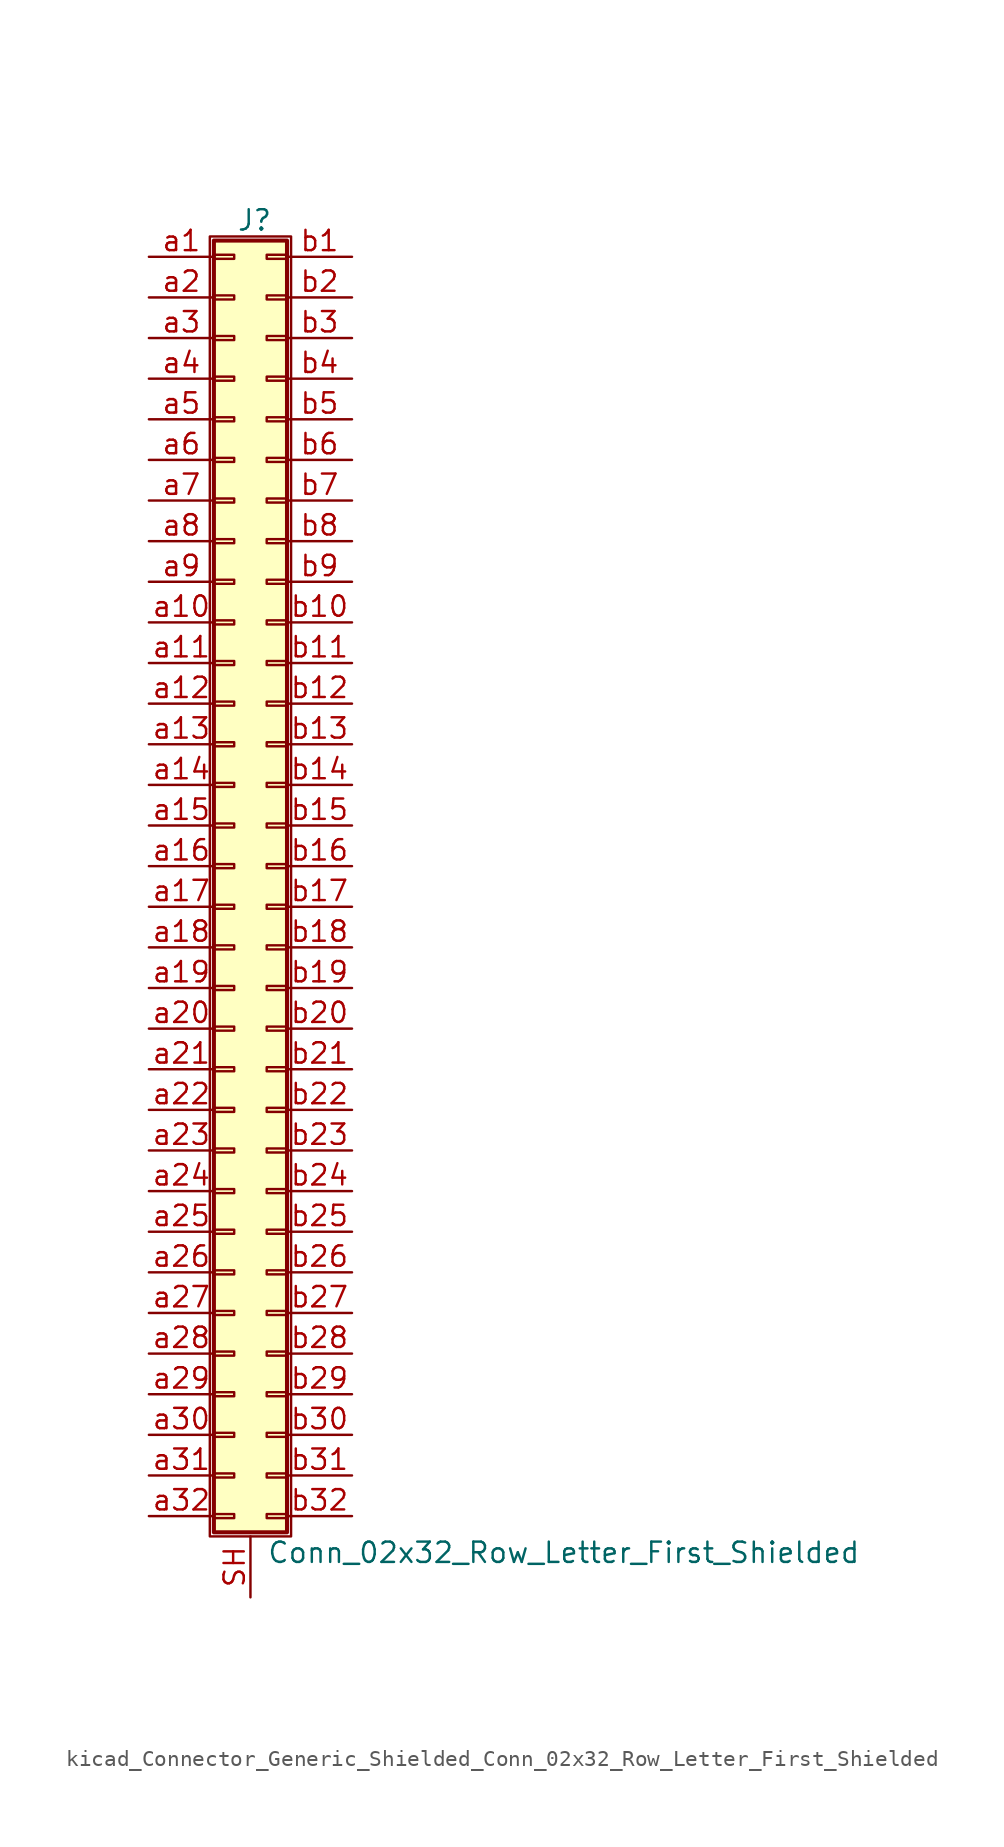
<source format=kicad_sym>
(kicad_symbol_lib
  (version 20220914)
  (generator kicad_symbol_editor)
  (symbol "kicad_Connector_Generic_Shielded_Conn_02x32_Row_Letter_First_Shielded"
    (pin_names
      (offset 1.016) hide)
    (property "Reference" "J"
      (at 1.524 40.386 0)
      (effects (font (size 1.27 1.27))))
    (property "Value" "Conn_02x32_Row_Letter_First_Shielded"
      (at 2.286 -42.926 0)
      (effects (font (size 1.27 1.27)) (justify left)))
    (symbol "kicad_Connector_Generic_Shielded_Conn_02x32_Row_Letter_First_Shielded_1_1"
      (rectangle (start -1.27 39.37) (end 3.81 -41.91) (stroke (width 0.152) (type default)) (fill (type none)))
      (rectangle (start -1.016 -40.513) (end 0.254 -40.767) (stroke (width 0.152) (type default)) (fill (type none)))
      (rectangle (start -1.016 -37.973) (end 0.254 -38.227) (stroke (width 0.152) (type default)) (fill (type none)))
      (rectangle (start -1.016 -35.433) (end 0.254 -35.687) (stroke (width 0.152) (type default)) (fill (type none)))
      (rectangle (start -1.016 -32.893) (end 0.254 -33.147) (stroke (width 0.152) (type default)) (fill (type none)))
      (rectangle (start -1.016 -30.353) (end 0.254 -30.607) (stroke (width 0.152) (type default)) (fill (type none)))
      (rectangle (start -1.016 -27.813) (end 0.254 -28.067) (stroke (width 0.152) (type default)) (fill (type none)))
      (rectangle (start -1.016 -25.273) (end 0.254 -25.527) (stroke (width 0.152) (type default)) (fill (type none)))
      (rectangle (start -1.016 -22.733) (end 0.254 -22.987) (stroke (width 0.152) (type default)) (fill (type none)))
      (rectangle (start -1.016 -20.193) (end 0.254 -20.447) (stroke (width 0.152) (type default)) (fill (type none)))
      (rectangle (start -1.016 -17.653) (end 0.254 -17.907) (stroke (width 0.152) (type default)) (fill (type none)))
      (rectangle (start -1.016 -15.113) (end 0.254 -15.367) (stroke (width 0.152) (type default)) (fill (type none)))
      (rectangle (start -1.016 -12.573) (end 0.254 -12.827) (stroke (width 0.152) (type default)) (fill (type none)))
      (rectangle (start -1.016 -10.033) (end 0.254 -10.287) (stroke (width 0.152) (type default)) (fill (type none)))
      (rectangle (start -1.016 -7.493) (end 0.254 -7.747) (stroke (width 0.152) (type default)) (fill (type none)))
      (rectangle (start -1.016 -4.953) (end 0.254 -5.207) (stroke (width 0.152) (type default)) (fill (type none)))
      (rectangle (start -1.016 -2.413) (end 0.254 -2.667) (stroke (width 0.152) (type default)) (fill (type none)))
      (rectangle (start -1.016 0.127) (end 0.254 -0.127) (stroke (width 0.152) (type default)) (fill (type none)))
      (rectangle (start -1.016 2.667) (end 0.254 2.413) (stroke (width 0.152) (type default)) (fill (type none)))
      (rectangle (start -1.016 5.207) (end 0.254 4.953) (stroke (width 0.152) (type default)) (fill (type none)))
      (rectangle (start -1.016 7.747) (end 0.254 7.493) (stroke (width 0.152) (type default)) (fill (type none)))
      (rectangle (start -1.016 10.287) (end 0.254 10.033) (stroke (width 0.152) (type default)) (fill (type none)))
      (rectangle (start -1.016 12.827) (end 0.254 12.573) (stroke (width 0.152) (type default)) (fill (type none)))
      (rectangle (start -1.016 15.367) (end 0.254 15.113) (stroke (width 0.152) (type default)) (fill (type none)))
      (rectangle (start -1.016 17.907) (end 0.254 17.653) (stroke (width 0.152) (type default)) (fill (type none)))
      (rectangle (start -1.016 20.447) (end 0.254 20.193) (stroke (width 0.152) (type default)) (fill (type none)))
      (rectangle (start -1.016 22.987) (end 0.254 22.733) (stroke (width 0.152) (type default)) (fill (type none)))
      (rectangle (start -1.016 25.527) (end 0.254 25.273) (stroke (width 0.152) (type default)) (fill (type none)))
      (rectangle (start -1.016 28.067) (end 0.254 27.813) (stroke (width 0.152) (type default)) (fill (type none)))
      (rectangle (start -1.016 30.607) (end 0.254 30.353) (stroke (width 0.152) (type default)) (fill (type none)))
      (rectangle (start -1.016 33.147) (end 0.254 32.893) (stroke (width 0.152) (type default)) (fill (type none)))
      (rectangle (start -1.016 35.687) (end 0.254 35.433) (stroke (width 0.152) (type default)) (fill (type none)))
      (rectangle (start -1.016 38.227) (end 0.254 37.973) (stroke (width 0.152) (type default)) (fill (type none)))
      (rectangle (start -1.016 39.116) (end 3.556 -41.656) (stroke (width 0.254) (type default)) (fill (type background)))
      (rectangle (start 3.556 -40.513) (end 2.286 -40.767) (stroke (width 0.152) (type default)) (fill (type none)))
      (rectangle (start 3.556 -37.973) (end 2.286 -38.227) (stroke (width 0.152) (type default)) (fill (type none)))
      (rectangle (start 3.556 -35.433) (end 2.286 -35.687) (stroke (width 0.152) (type default)) (fill (type none)))
      (rectangle (start 3.556 -32.893) (end 2.286 -33.147) (stroke (width 0.152) (type default)) (fill (type none)))
      (rectangle (start 3.556 -30.353) (end 2.286 -30.607) (stroke (width 0.152) (type default)) (fill (type none)))
      (rectangle (start 3.556 -27.813) (end 2.286 -28.067) (stroke (width 0.152) (type default)) (fill (type none)))
      (rectangle (start 3.556 -25.273) (end 2.286 -25.527) (stroke (width 0.152) (type default)) (fill (type none)))
      (rectangle (start 3.556 -22.733) (end 2.286 -22.987) (stroke (width 0.152) (type default)) (fill (type none)))
      (rectangle (start 3.556 -20.193) (end 2.286 -20.447) (stroke (width 0.152) (type default)) (fill (type none)))
      (rectangle (start 3.556 -17.653) (end 2.286 -17.907) (stroke (width 0.152) (type default)) (fill (type none)))
      (rectangle (start 3.556 -15.113) (end 2.286 -15.367) (stroke (width 0.152) (type default)) (fill (type none)))
      (rectangle (start 3.556 -12.573) (end 2.286 -12.827) (stroke (width 0.152) (type default)) (fill (type none)))
      (rectangle (start 3.556 -10.033) (end 2.286 -10.287) (stroke (width 0.152) (type default)) (fill (type none)))
      (rectangle (start 3.556 -7.493) (end 2.286 -7.747) (stroke (width 0.152) (type default)) (fill (type none)))
      (rectangle (start 3.556 -4.953) (end 2.286 -5.207) (stroke (width 0.152) (type default)) (fill (type none)))
      (rectangle (start 3.556 -2.413) (end 2.286 -2.667) (stroke (width 0.152) (type default)) (fill (type none)))
      (rectangle (start 3.556 0.127) (end 2.286 -0.127) (stroke (width 0.152) (type default)) (fill (type none)))
      (rectangle (start 3.556 2.667) (end 2.286 2.413) (stroke (width 0.152) (type default)) (fill (type none)))
      (rectangle (start 3.556 5.207) (end 2.286 4.953) (stroke (width 0.152) (type default)) (fill (type none)))
      (rectangle (start 3.556 7.747) (end 2.286 7.493) (stroke (width 0.152) (type default)) (fill (type none)))
      (rectangle (start 3.556 10.287) (end 2.286 10.033) (stroke (width 0.152) (type default)) (fill (type none)))
      (rectangle (start 3.556 12.827) (end 2.286 12.573) (stroke (width 0.152) (type default)) (fill (type none)))
      (rectangle (start 3.556 15.367) (end 2.286 15.113) (stroke (width 0.152) (type default)) (fill (type none)))
      (rectangle (start 3.556 17.907) (end 2.286 17.653) (stroke (width 0.152) (type default)) (fill (type none)))
      (rectangle (start 3.556 20.447) (end 2.286 20.193) (stroke (width 0.152) (type default)) (fill (type none)))
      (rectangle (start 3.556 22.987) (end 2.286 22.733) (stroke (width 0.152) (type default)) (fill (type none)))
      (rectangle (start 3.556 25.527) (end 2.286 25.273) (stroke (width 0.152) (type default)) (fill (type none)))
      (rectangle (start 3.556 28.067) (end 2.286 27.813) (stroke (width 0.152) (type default)) (fill (type none)))
      (rectangle (start 3.556 30.607) (end 2.286 30.353) (stroke (width 0.152) (type default)) (fill (type none)))
      (rectangle (start 3.556 33.147) (end 2.286 32.893) (stroke (width 0.152) (type default)) (fill (type none)))
      (rectangle (start 3.556 35.687) (end 2.286 35.433) (stroke (width 0.152) (type default)) (fill (type none)))
      (rectangle (start 3.556 38.227) (end 2.286 37.973) (stroke (width 0.152) (type default)) (fill (type none)))
      (pin passive line (at 1.27 -45.72 90) (length 3.81) (name "Shield" (effects (font (size 1.27 1.27)))) (number "SH" (effects (font (size 1.27 1.27)))))
      (pin passive line (at -5.08 38.1 0) (length 4.064) (name "Pin_a1" (effects (font (size 1.27 1.27)))) (number "a1" (effects (font (size 1.27 1.27)))))
      (pin passive line (at -5.08 15.24 0) (length 4.064) (name "Pin_a10" (effects (font (size 1.27 1.27)))) (number "a10" (effects (font (size 1.27 1.27)))))
      (pin passive line (at -5.08 12.7 0) (length 4.064) (name "Pin_a11" (effects (font (size 1.27 1.27)))) (number "a11" (effects (font (size 1.27 1.27)))))
      (pin passive line (at -5.08 10.16 0) (length 4.064) (name "Pin_a12" (effects (font (size 1.27 1.27)))) (number "a12" (effects (font (size 1.27 1.27)))))
      (pin passive line (at -5.08 7.62 0) (length 4.064) (name "Pin_a13" (effects (font (size 1.27 1.27)))) (number "a13" (effects (font (size 1.27 1.27)))))
      (pin passive line (at -5.08 5.08 0) (length 4.064) (name "Pin_a14" (effects (font (size 1.27 1.27)))) (number "a14" (effects (font (size 1.27 1.27)))))
      (pin passive line (at -5.08 2.54 0) (length 4.064) (name "Pin_a15" (effects (font (size 1.27 1.27)))) (number "a15" (effects (font (size 1.27 1.27)))))
      (pin passive line (at -5.08 0 0) (length 4.064) (name "Pin_a16" (effects (font (size 1.27 1.27)))) (number "a16" (effects (font (size 1.27 1.27)))))
      (pin passive line (at -5.08 -2.54 0) (length 4.064) (name "Pin_a17" (effects (font (size 1.27 1.27)))) (number "a17" (effects (font (size 1.27 1.27)))))
      (pin passive line (at -5.08 -5.08 0) (length 4.064) (name "Pin_a18" (effects (font (size 1.27 1.27)))) (number "a18" (effects (font (size 1.27 1.27)))))
      (pin passive line (at -5.08 -7.62 0) (length 4.064) (name "Pin_a19" (effects (font (size 1.27 1.27)))) (number "a19" (effects (font (size 1.27 1.27)))))
      (pin passive line (at -5.08 35.56 0) (length 4.064) (name "Pin_a2" (effects (font (size 1.27 1.27)))) (number "a2" (effects (font (size 1.27 1.27)))))
      (pin passive line (at -5.08 -10.16 0) (length 4.064) (name "Pin_a20" (effects (font (size 1.27 1.27)))) (number "a20" (effects (font (size 1.27 1.27)))))
      (pin passive line (at -5.08 -12.7 0) (length 4.064) (name "Pin_a21" (effects (font (size 1.27 1.27)))) (number "a21" (effects (font (size 1.27 1.27)))))
      (pin passive line (at -5.08 -15.24 0) (length 4.064) (name "Pin_a22" (effects (font (size 1.27 1.27)))) (number "a22" (effects (font (size 1.27 1.27)))))
      (pin passive line (at -5.08 -17.78 0) (length 4.064) (name "Pin_a23" (effects (font (size 1.27 1.27)))) (number "a23" (effects (font (size 1.27 1.27)))))
      (pin passive line (at -5.08 -20.32 0) (length 4.064) (name "Pin_a24" (effects (font (size 1.27 1.27)))) (number "a24" (effects (font (size 1.27 1.27)))))
      (pin passive line (at -5.08 -22.86 0) (length 4.064) (name "Pin_a25" (effects (font (size 1.27 1.27)))) (number "a25" (effects (font (size 1.27 1.27)))))
      (pin passive line (at -5.08 -25.4 0) (length 4.064) (name "Pin_a26" (effects (font (size 1.27 1.27)))) (number "a26" (effects (font (size 1.27 1.27)))))
      (pin passive line (at -5.08 -27.94 0) (length 4.064) (name "Pin_a27" (effects (font (size 1.27 1.27)))) (number "a27" (effects (font (size 1.27 1.27)))))
      (pin passive line (at -5.08 -30.48 0) (length 4.064) (name "Pin_a28" (effects (font (size 1.27 1.27)))) (number "a28" (effects (font (size 1.27 1.27)))))
      (pin passive line (at -5.08 -33.02 0) (length 4.064) (name "Pin_a29" (effects (font (size 1.27 1.27)))) (number "a29" (effects (font (size 1.27 1.27)))))
      (pin passive line (at -5.08 33.02 0) (length 4.064) (name "Pin_a3" (effects (font (size 1.27 1.27)))) (number "a3" (effects (font (size 1.27 1.27)))))
      (pin passive line (at -5.08 -35.56 0) (length 4.064) (name "Pin_a30" (effects (font (size 1.27 1.27)))) (number "a30" (effects (font (size 1.27 1.27)))))
      (pin passive line (at -5.08 -38.1 0) (length 4.064) (name "Pin_a31" (effects (font (size 1.27 1.27)))) (number "a31" (effects (font (size 1.27 1.27)))))
      (pin passive line (at -5.08 -40.64 0) (length 4.064) (name "Pin_a32" (effects (font (size 1.27 1.27)))) (number "a32" (effects (font (size 1.27 1.27)))))
      (pin passive line (at -5.08 30.48 0) (length 4.064) (name "Pin_a4" (effects (font (size 1.27 1.27)))) (number "a4" (effects (font (size 1.27 1.27)))))
      (pin passive line (at -5.08 27.94 0) (length 4.064) (name "Pin_a5" (effects (font (size 1.27 1.27)))) (number "a5" (effects (font (size 1.27 1.27)))))
      (pin passive line (at -5.08 25.4 0) (length 4.064) (name "Pin_a6" (effects (font (size 1.27 1.27)))) (number "a6" (effects (font (size 1.27 1.27)))))
      (pin passive line (at -5.08 22.86 0) (length 4.064) (name "Pin_a7" (effects (font (size 1.27 1.27)))) (number "a7" (effects (font (size 1.27 1.27)))))
      (pin passive line (at -5.08 20.32 0) (length 4.064) (name "Pin_a8" (effects (font (size 1.27 1.27)))) (number "a8" (effects (font (size 1.27 1.27)))))
      (pin passive line (at -5.08 17.78 0) (length 4.064) (name "Pin_a9" (effects (font (size 1.27 1.27)))) (number "a9" (effects (font (size 1.27 1.27)))))
      (pin passive line (at 7.62 38.1 180) (length 4.064) (name "Pin_b1" (effects (font (size 1.27 1.27)))) (number "b1" (effects (font (size 1.27 1.27)))))
      (pin passive line (at 7.62 15.24 180) (length 4.064) (name "Pin_b10" (effects (font (size 1.27 1.27)))) (number "b10" (effects (font (size 1.27 1.27)))))
      (pin passive line (at 7.62 12.7 180) (length 4.064) (name "Pin_b11" (effects (font (size 1.27 1.27)))) (number "b11" (effects (font (size 1.27 1.27)))))
      (pin passive line (at 7.62 10.16 180) (length 4.064) (name "Pin_b12" (effects (font (size 1.27 1.27)))) (number "b12" (effects (font (size 1.27 1.27)))))
      (pin passive line (at 7.62 7.62 180) (length 4.064) (name "Pin_b13" (effects (font (size 1.27 1.27)))) (number "b13" (effects (font (size 1.27 1.27)))))
      (pin passive line (at 7.62 5.08 180) (length 4.064) (name "Pin_b14" (effects (font (size 1.27 1.27)))) (number "b14" (effects (font (size 1.27 1.27)))))
      (pin passive line (at 7.62 2.54 180) (length 4.064) (name "Pin_b15" (effects (font (size 1.27 1.27)))) (number "b15" (effects (font (size 1.27 1.27)))))
      (pin passive line (at 7.62 0 180) (length 4.064) (name "Pin_b16" (effects (font (size 1.27 1.27)))) (number "b16" (effects (font (size 1.27 1.27)))))
      (pin passive line (at 7.62 -2.54 180) (length 4.064) (name "Pin_b17" (effects (font (size 1.27 1.27)))) (number "b17" (effects (font (size 1.27 1.27)))))
      (pin passive line (at 7.62 -5.08 180) (length 4.064) (name "Pin_b18" (effects (font (size 1.27 1.27)))) (number "b18" (effects (font (size 1.27 1.27)))))
      (pin passive line (at 7.62 -7.62 180) (length 4.064) (name "Pin_b19" (effects (font (size 1.27 1.27)))) (number "b19" (effects (font (size 1.27 1.27)))))
      (pin passive line (at 7.62 35.56 180) (length 4.064) (name "Pin_b2" (effects (font (size 1.27 1.27)))) (number "b2" (effects (font (size 1.27 1.27)))))
      (pin passive line (at 7.62 -10.16 180) (length 4.064) (name "Pin_b20" (effects (font (size 1.27 1.27)))) (number "b20" (effects (font (size 1.27 1.27)))))
      (pin passive line (at 7.62 -12.7 180) (length 4.064) (name "Pin_b21" (effects (font (size 1.27 1.27)))) (number "b21" (effects (font (size 1.27 1.27)))))
      (pin passive line (at 7.62 -15.24 180) (length 4.064) (name "Pin_b22" (effects (font (size 1.27 1.27)))) (number "b22" (effects (font (size 1.27 1.27)))))
      (pin passive line (at 7.62 -17.78 180) (length 4.064) (name "Pin_b23" (effects (font (size 1.27 1.27)))) (number "b23" (effects (font (size 1.27 1.27)))))
      (pin passive line (at 7.62 -20.32 180) (length 4.064) (name "Pin_b24" (effects (font (size 1.27 1.27)))) (number "b24" (effects (font (size 1.27 1.27)))))
      (pin passive line (at 7.62 -22.86 180) (length 4.064) (name "Pin_b25" (effects (font (size 1.27 1.27)))) (number "b25" (effects (font (size 1.27 1.27)))))
      (pin passive line (at 7.62 -25.4 180) (length 4.064) (name "Pin_b26" (effects (font (size 1.27 1.27)))) (number "b26" (effects (font (size 1.27 1.27)))))
      (pin passive line (at 7.62 -27.94 180) (length 4.064) (name "Pin_b27" (effects (font (size 1.27 1.27)))) (number "b27" (effects (font (size 1.27 1.27)))))
      (pin passive line (at 7.62 -30.48 180) (length 4.064) (name "Pin_b28" (effects (font (size 1.27 1.27)))) (number "b28" (effects (font (size 1.27 1.27)))))
      (pin passive line (at 7.62 -33.02 180) (length 4.064) (name "Pin_b29" (effects (font (size 1.27 1.27)))) (number "b29" (effects (font (size 1.27 1.27)))))
      (pin passive line (at 7.62 33.02 180) (length 4.064) (name "Pin_b3" (effects (font (size 1.27 1.27)))) (number "b3" (effects (font (size 1.27 1.27)))))
      (pin passive line (at 7.62 -35.56 180) (length 4.064) (name "Pin_b30" (effects (font (size 1.27 1.27)))) (number "b30" (effects (font (size 1.27 1.27)))))
      (pin passive line (at 7.62 -38.1 180) (length 4.064) (name "Pin_b31" (effects (font (size 1.27 1.27)))) (number "b31" (effects (font (size 1.27 1.27)))))
      (pin passive line (at 7.62 -40.64 180) (length 4.064) (name "Pin_b32" (effects (font (size 1.27 1.27)))) (number "b32" (effects (font (size 1.27 1.27)))))
      (pin passive line (at 7.62 30.48 180) (length 4.064) (name "Pin_b4" (effects (font (size 1.27 1.27)))) (number "b4" (effects (font (size 1.27 1.27)))))
      (pin passive line (at 7.62 27.94 180) (length 4.064) (name "Pin_b5" (effects (font (size 1.27 1.27)))) (number "b5" (effects (font (size 1.27 1.27)))))
      (pin passive line (at 7.62 25.4 180) (length 4.064) (name "Pin_b6" (effects (font (size 1.27 1.27)))) (number "b6" (effects (font (size 1.27 1.27)))))
      (pin passive line (at 7.62 22.86 180) (length 4.064) (name "Pin_b7" (effects (font (size 1.27 1.27)))) (number "b7" (effects (font (size 1.27 1.27)))))
      (pin passive line (at 7.62 20.32 180) (length 4.064) (name "Pin_b8" (effects (font (size 1.27 1.27)))) (number "b8" (effects (font (size 1.27 1.27)))))
      (pin passive line (at 7.62 17.78 180) (length 4.064) (name "Pin_b9" (effects (font (size 1.27 1.27)))) (number "b9" (effects (font (size 1.27 1.27))))))))
</source>
